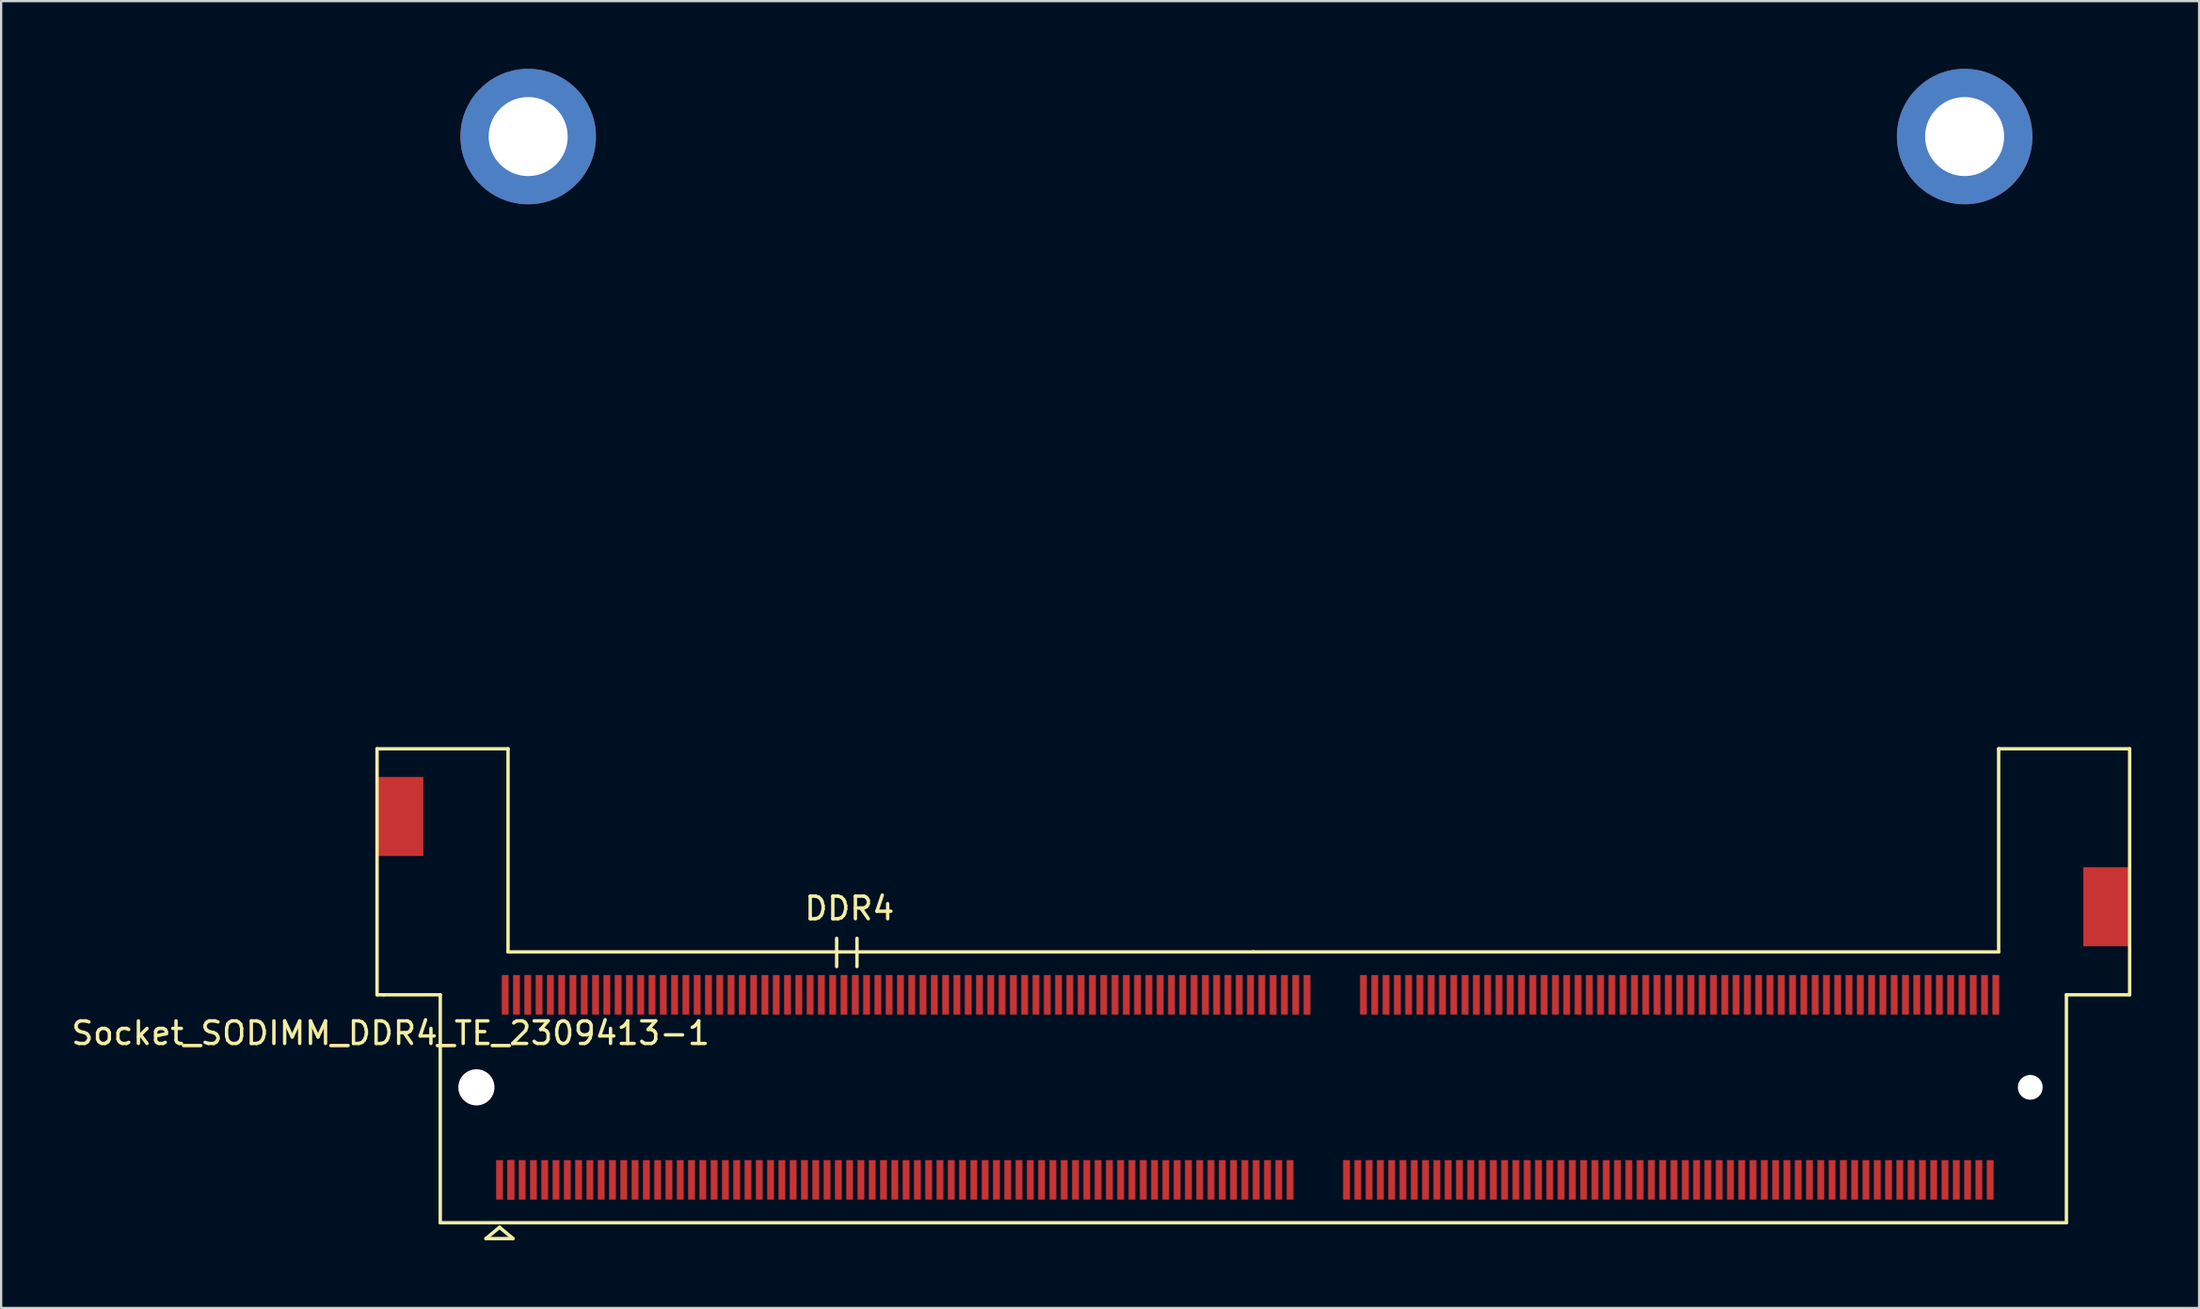
<source format=kicad_pcb>
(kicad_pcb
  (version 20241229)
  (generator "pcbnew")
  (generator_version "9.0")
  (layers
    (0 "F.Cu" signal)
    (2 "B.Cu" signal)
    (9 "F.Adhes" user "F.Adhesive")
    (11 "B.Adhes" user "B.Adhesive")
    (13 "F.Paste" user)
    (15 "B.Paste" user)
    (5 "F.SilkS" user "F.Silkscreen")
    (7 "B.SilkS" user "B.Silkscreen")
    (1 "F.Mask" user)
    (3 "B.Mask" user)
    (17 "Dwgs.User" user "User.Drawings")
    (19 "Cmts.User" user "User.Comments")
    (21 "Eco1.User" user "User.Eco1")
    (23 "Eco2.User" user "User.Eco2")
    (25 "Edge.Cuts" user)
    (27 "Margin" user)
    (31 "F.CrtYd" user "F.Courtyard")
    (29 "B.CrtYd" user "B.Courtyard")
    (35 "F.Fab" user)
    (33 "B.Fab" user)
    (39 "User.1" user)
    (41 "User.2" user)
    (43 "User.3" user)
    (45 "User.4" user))
  (footprint "Socket_SODIMM_DDR4_TE_2309413-1"
    (layer "F.Cu")
    (at 52.444 45.124)
    (property "Reference" "Socket_SODIMM_DDR4_TE_2309413-1" (at -38.2 -2.4 0) (layer "F.SilkS") (effects (font (size 1 1) (thickness 0.15))))
    (attr smd)
    (fp_line (start -38.8 -4.1) (end -38.8 -15) (stroke (width 0.15) (type solid)) (layer "F.SilkS"))
    (fp_line (start -38.5 -4.1) (end -38.8 -4.1) (stroke (width 0.15) (type solid)) (layer "F.SilkS"))
    (fp_line (start -36 -4.1) (end -38.5 -4.1) (stroke (width 0.15) (type solid)) (layer "F.SilkS"))
    (fp_line (start -36 -4.1) (end -36 6) (stroke (width 0.15) (type solid)) (layer "F.SilkS"))
    (fp_line (start -36 6) (end 36 6) (stroke (width 0.15) (type solid)) (layer "F.SilkS"))
    (fp_line (start -33.977 6.701) (end -33.377 6.201) (stroke (width 0.15) (type solid)) (layer "F.SilkS"))
    (fp_line (start -33.377 6.201) (end -32.777 6.701) (stroke (width 0.15) (type solid)) (layer "F.SilkS"))
    (fp_line (start -33 -15) (end -38.8 -15) (stroke (width 0.15) (type solid)) (layer "F.SilkS"))
    (fp_line (start -33 -6) (end -33 -15) (stroke (width 0.15) (type solid)) (layer "F.SilkS"))
    (fp_line (start -32.777 6.701) (end -33.977 6.701) (stroke (width 0.15) (type solid)) (layer "F.SilkS"))
    (fp_line (start -18.45 -5.35) (end -18.45 -6.6) (stroke (width 0.15) (type solid)) (layer "F.SilkS"))
    (fp_line (start -17.55 -5.35) (end -17.55 -6.6) (stroke (width 0.15) (type solid)) (layer "F.SilkS"))
    (fp_line (start 0 -6) (end -33 -6) (stroke (width 0.15) (type solid)) (layer "F.SilkS"))
    (fp_line (start 33 -15) (end 33 -6) (stroke (width 0.15) (type solid)) (layer "F.SilkS"))
    (fp_line (start 33 -6) (end 0 -6) (stroke (width 0.15) (type solid)) (layer "F.SilkS"))
    (fp_line (start 36 -4.1) (end 38.8 -4.1) (stroke (width 0.15) (type solid)) (layer "F.SilkS"))
    (fp_line (start 36 6) (end 36 -4.1) (stroke (width 0.15) (type solid)) (layer "F.SilkS"))
    (fp_line (start 38.8 -15) (end 33 -15) (stroke (width 0.15) (type solid)) (layer "F.SilkS"))
    (fp_line (start 38.8 -4.1) (end 38.8 -15) (stroke (width 0.15) (type solid)) (layer "F.SilkS"))
    (fp_text user "DDR4" (at -17.882 -7.925 0) (layer "F.SilkS") (effects (font (size 1 1) (thickness 0.15))))
    (pad "" smd rect (at -37.75 -12) (size 2 3.5) (layers "F.Cu" "F.Mask" "F.Paste"))
    (pad "" np_thru_hole circle (at -34.4 0) (size 1.6 1.6) (drill 1.6) (layers "*.Cu" "*.Mask"))
    (pad "" thru_hole circle (at -32.108 -42.124) (size 6 6) (drill 3.5) (layers "*.Cu" "*.Mask"))
    (pad "" thru_hole circle (at 31.494 -42.124) (size 6 6) (drill 3.5) (layers "*.Cu" "*.Mask"))
    (pad "" np_thru_hole circle (at 34.4 0) (size 1.1 1.1) (drill 1.1) (layers "*.Cu" "*.Mask"))
    (pad "" smd rect (at 37.75 -8) (size 2 3.5) (layers "F.Cu" "F.Mask" "F.Paste"))
    (pad "1" smd rect (at -33.375 4.1) (size 0.3 1.75) (layers "F.Cu" "F.Mask" "F.Paste"))
    (pad "2" smd rect (at -33.125 -4.1) (size 0.3 1.75) (layers "F.Cu" "F.Mask" "F.Paste"))
    (pad "3" smd rect (at -32.875 4.1) (size 0.3 1.75) (layers "F.Cu" "F.Mask" "F.Paste"))
    (pad "4" smd rect (at -32.625 -4.1) (size 0.3 1.75) (layers "F.Cu" "F.Mask" "F.Paste"))
    (pad "5" smd rect (at -32.875 4.1) (size 0.3 1.75) (layers "F.Cu" "F.Mask" "F.Paste"))
    (pad "6" smd rect (at -32.125 -4.1) (size 0.3 1.75) (layers "F.Cu" "F.Mask" "F.Paste"))
    (pad "7" smd rect (at -32.375 4.1) (size 0.3 1.75) (layers "F.Cu" "F.Mask" "F.Paste"))
    (pad "8" smd rect (at -31.625 -4.1) (size 0.3 1.75) (layers "F.Cu" "F.Mask" "F.Paste"))
    (pad "9" smd rect (at -31.875 4.1) (size 0.3 1.75) (layers "F.Cu" "F.Mask" "F.Paste"))
    (pad "10" smd rect (at -31.125 -4.1) (size 0.3 1.75) (layers "F.Cu" "F.Mask" "F.Paste"))
    (pad "11" smd rect (at -31.375 4.1) (size 0.3 1.75) (layers "F.Cu" "F.Mask" "F.Paste"))
    (pad "12" smd rect (at -30.625 -4.1) (size 0.3 1.75) (layers "F.Cu" "F.Mask" "F.Paste"))
    (pad "13" smd rect (at -30.875 4.1) (size 0.3 1.75) (layers "F.Cu" "F.Mask" "F.Paste"))
    (pad "14" smd rect (at -30.125 -4.1) (size 0.3 1.75) (layers "F.Cu" "F.Mask" "F.Paste"))
    (pad "15" smd rect (at -30.375 4.1) (size 0.3 1.75) (layers "F.Cu" "F.Mask" "F.Paste"))
    (pad "16" smd rect (at -29.625 -4.1) (size 0.3 1.75) (layers "F.Cu" "F.Mask" "F.Paste"))
    (pad "17" smd rect (at -29.875 4.1) (size 0.3 1.75) (layers "F.Cu" "F.Mask" "F.Paste"))
    (pad "18" smd rect (at -29.125 -4.1) (size 0.3 1.75) (layers "F.Cu" "F.Mask" "F.Paste"))
    (pad "19" smd rect (at -29.375 4.1) (size 0.3 1.75) (layers "F.Cu" "F.Mask" "F.Paste"))
    (pad "20" smd rect (at -28.625 -4.1) (size 0.3 1.75) (layers "F.Cu" "F.Mask" "F.Paste"))
    (pad "21" smd rect (at -28.875 4.1) (size 0.3 1.75) (layers "F.Cu" "F.Mask" "F.Paste"))
    (pad "22" smd rect (at -28.125 -4.1) (size 0.3 1.75) (layers "F.Cu" "F.Mask" "F.Paste"))
    (pad "23" smd rect (at -28.375 4.1) (size 0.3 1.75) (layers "F.Cu" "F.Mask" "F.Paste"))
    (pad "24" smd rect (at -27.625 -4.1) (size 0.3 1.75) (layers "F.Cu" "F.Mask" "F.Paste"))
    (pad "25" smd rect (at -27.875 4.1) (size 0.3 1.75) (layers "F.Cu" "F.Mask" "F.Paste"))
    (pad "26" smd rect (at -27.125 -4.1) (size 0.3 1.75) (layers "F.Cu" "F.Mask" "F.Paste"))
    (pad "27" smd rect (at -27.375 4.1) (size 0.3 1.75) (layers "F.Cu" "F.Mask" "F.Paste"))
    (pad "28" smd rect (at -26.625 -4.1) (size 0.3 1.75) (layers "F.Cu" "F.Mask" "F.Paste"))
    (pad "29" smd rect (at -26.875 4.1) (size 0.3 1.75) (layers "F.Cu" "F.Mask" "F.Paste"))
    (pad "30" smd rect (at -26.125 -4.1) (size 0.3 1.75) (layers "F.Cu" "F.Mask" "F.Paste"))
    (pad "31" smd rect (at -26.375 4.1) (size 0.3 1.75) (layers "F.Cu" "F.Mask" "F.Paste"))
    (pad "32" smd rect (at -25.625 -4.1) (size 0.3 1.75) (layers "F.Cu" "F.Mask" "F.Paste"))
    (pad "33" smd rect (at -25.875 4.1) (size 0.3 1.75) (layers "F.Cu" "F.Mask" "F.Paste"))
    (pad "34" smd rect (at -25.125 -4.1) (size 0.3 1.75) (layers "F.Cu" "F.Mask" "F.Paste"))
    (pad "35" smd rect (at -25.375 4.1) (size 0.3 1.75) (layers "F.Cu" "F.Mask" "F.Paste"))
    (pad "36" smd rect (at -24.625 -4.1) (size 0.3 1.75) (layers "F.Cu" "F.Mask" "F.Paste"))
    (pad "37" smd rect (at -24.875 4.1) (size 0.3 1.75) (layers "F.Cu" "F.Mask" "F.Paste"))
    (pad "38" smd rect (at -24.125 -4.1) (size 0.3 1.75) (layers "F.Cu" "F.Mask" "F.Paste"))
    (pad "39" smd rect (at -24.375 4.1) (size 0.3 1.75) (layers "F.Cu" "F.Mask" "F.Paste"))
    (pad "40" smd rect (at -23.625 -4.1) (size 0.3 1.75) (layers "F.Cu" "F.Mask" "F.Paste"))
    (pad "41" smd rect (at -23.875 4.1) (size 0.3 1.75) (layers "F.Cu" "F.Mask" "F.Paste"))
    (pad "42" smd rect (at -23.125 -4.1) (size 0.3 1.75) (layers "F.Cu" "F.Mask" "F.Paste"))
    (pad "43" smd rect (at -23.375 4.1) (size 0.3 1.75) (layers "F.Cu" "F.Mask" "F.Paste"))
    (pad "44" smd rect (at -22.625 -4.1) (size 0.3 1.75) (layers "F.Cu" "F.Mask" "F.Paste"))
    (pad "45" smd rect (at -22.875 4.1) (size 0.3 1.75) (layers "F.Cu" "F.Mask" "F.Paste"))
    (pad "46" smd rect (at -22.125 -4.1) (size 0.3 1.75) (layers "F.Cu" "F.Mask" "F.Paste"))
    (pad "47" smd rect (at -22.375 4.1) (size 0.3 1.75) (layers "F.Cu" "F.Mask" "F.Paste"))
    (pad "48" smd rect (at -21.625 -4.1) (size 0.3 1.75) (layers "F.Cu" "F.Mask" "F.Paste"))
    (pad "49" smd rect (at -21.875 4.1) (size 0.3 1.75) (layers "F.Cu" "F.Mask" "F.Paste"))
    (pad "50" smd rect (at -21.125 -4.1) (size 0.3 1.75) (layers "F.Cu" "F.Mask" "F.Paste"))
    (pad "51" smd rect (at -21.375 4.1) (size 0.3 1.75) (layers "F.Cu" "F.Mask" "F.Paste"))
    (pad "52" smd rect (at -20.625 -4.1) (size 0.3 1.75) (layers "F.Cu" "F.Mask" "F.Paste"))
    (pad "53" smd rect (at -20.875 4.1) (size 0.3 1.75) (layers "F.Cu" "F.Mask" "F.Paste"))
    (pad "54" smd rect (at -20.125 -4.1) (size 0.3 1.75) (layers "F.Cu" "F.Mask" "F.Paste"))
    (pad "55" smd rect (at -20.375 4.1) (size 0.3 1.75) (layers "F.Cu" "F.Mask" "F.Paste"))
    (pad "56" smd rect (at -19.625 -4.1) (size 0.3 1.75) (layers "F.Cu" "F.Mask" "F.Paste"))
    (pad "57" smd rect (at -19.875 4.1) (size 0.3 1.75) (layers "F.Cu" "F.Mask" "F.Paste"))
    (pad "58" smd rect (at -19.125 -4.1) (size 0.3 1.75) (layers "F.Cu" "F.Mask" "F.Paste"))
    (pad "59" smd rect (at -19.375 4.1) (size 0.3 1.75) (layers "F.Cu" "F.Mask" "F.Paste"))
    (pad "60" smd rect (at -18.625 -4.1) (size 0.3 1.75) (layers "F.Cu" "F.Mask" "F.Paste"))
    (pad "61" smd rect (at -18.875 4.1) (size 0.3 1.75) (layers "F.Cu" "F.Mask" "F.Paste"))
    (pad "62" smd rect (at -18.125 -4.1) (size 0.3 1.75) (layers "F.Cu" "F.Mask" "F.Paste"))
    (pad "63" smd rect (at -18.375 4.1) (size 0.3 1.75) (layers "F.Cu" "F.Mask" "F.Paste"))
    (pad "64" smd rect (at -17.625 -4.1) (size 0.3 1.75) (layers "F.Cu" "F.Mask" "F.Paste"))
    (pad "65" smd rect (at -17.875 4.1) (size 0.3 1.75) (layers "F.Cu" "F.Mask" "F.Paste"))
    (pad "66" smd rect (at -17.125 -4.1) (size 0.3 1.75) (layers "F.Cu" "F.Mask" "F.Paste"))
    (pad "67" smd rect (at -17.375 4.1) (size 0.3 1.75) (layers "F.Cu" "F.Mask" "F.Paste"))
    (pad "68" smd rect (at -16.625 -4.1) (size 0.3 1.75) (layers "F.Cu" "F.Mask" "F.Paste"))
    (pad "69" smd rect (at -16.875 4.1) (size 0.3 1.75) (layers "F.Cu" "F.Mask" "F.Paste"))
    (pad "70" smd rect (at -16.125 -4.1) (size 0.3 1.75) (layers "F.Cu" "F.Mask" "F.Paste"))
    (pad "71" smd rect (at -16.375 4.1) (size 0.3 1.75) (layers "F.Cu" "F.Mask" "F.Paste"))
    (pad "72" smd rect (at -15.625 -4.1) (size 0.3 1.75) (layers "F.Cu" "F.Mask" "F.Paste"))
    (pad "73" smd rect (at -15.875 4.1) (size 0.3 1.75) (layers "F.Cu" "F.Mask" "F.Paste"))
    (pad "74" smd rect (at -15.125 -4.1) (size 0.3 1.75) (layers "F.Cu" "F.Mask" "F.Paste"))
    (pad "75" smd rect (at -15.375 4.1) (size 0.3 1.75) (layers "F.Cu" "F.Mask" "F.Paste"))
    (pad "76" smd rect (at -14.625 -4.1) (size 0.3 1.75) (layers "F.Cu" "F.Mask" "F.Paste"))
    (pad "77" smd rect (at -14.875 4.1) (size 0.3 1.75) (layers "F.Cu" "F.Mask" "F.Paste"))
    (pad "78" smd rect (at -14.125 -4.1) (size 0.3 1.75) (layers "F.Cu" "F.Mask" "F.Paste"))
    (pad "79" smd rect (at -14.375 4.1) (size 0.3 1.75) (layers "F.Cu" "F.Mask" "F.Paste"))
    (pad "80" smd rect (at -13.625 -4.1) (size 0.3 1.75) (layers "F.Cu" "F.Mask" "F.Paste"))
    (pad "81" smd rect (at -13.875 4.1) (size 0.3 1.75) (layers "F.Cu" "F.Mask" "F.Paste"))
    (pad "82" smd rect (at -13.125 -4.1) (size 0.3 1.75) (layers "F.Cu" "F.Mask" "F.Paste"))
    (pad "83" smd rect (at -13.375 4.1) (size 0.3 1.75) (layers "F.Cu" "F.Mask" "F.Paste"))
    (pad "84" smd rect (at -12.625 -4.1) (size 0.3 1.75) (layers "F.Cu" "F.Mask" "F.Paste"))
    (pad "85" smd rect (at -12.875 4.1) (size 0.3 1.75) (layers "F.Cu" "F.Mask" "F.Paste"))
    (pad "86" smd rect (at -12.125 -4.1) (size 0.3 1.75) (layers "F.Cu" "F.Mask" "F.Paste"))
    (pad "87" smd rect (at -12.375 4.1) (size 0.3 1.75) (layers "F.Cu" "F.Mask" "F.Paste"))
    (pad "88" smd rect (at -11.625 -4.1) (size 0.3 1.75) (layers "F.Cu" "F.Mask" "F.Paste"))
    (pad "89" smd rect (at -11.875 4.1) (size 0.3 1.75) (layers "F.Cu" "F.Mask" "F.Paste"))
    (pad "90" smd rect (at -11.125 -4.1) (size 0.3 1.75) (layers "F.Cu" "F.Mask" "F.Paste"))
    (pad "91" smd rect (at -11.375 4.1) (size 0.3 1.75) (layers "F.Cu" "F.Mask" "F.Paste"))
    (pad "92" smd rect (at -10.625 -4.1) (size 0.3 1.75) (layers "F.Cu" "F.Mask" "F.Paste"))
    (pad "93" smd rect (at -10.875 4.1) (size 0.3 1.75) (layers "F.Cu" "F.Mask" "F.Paste"))
    (pad "94" smd rect (at -10.125 -4.1) (size 0.3 1.75) (layers "F.Cu" "F.Mask" "F.Paste"))
    (pad "95" smd rect (at -10.375 4.1) (size 0.3 1.75) (layers "F.Cu" "F.Mask" "F.Paste"))
    (pad "96" smd rect (at -9.625 -4.1) (size 0.3 1.75) (layers "F.Cu" "F.Mask" "F.Paste"))
    (pad "97" smd rect (at -9.875 4.1) (size 0.3 1.75) (layers "F.Cu" "F.Mask" "F.Paste"))
    (pad "98" smd rect (at -9.125 -4.1) (size 0.3 1.75) (layers "F.Cu" "F.Mask" "F.Paste"))
    (pad "99" smd rect (at -9.375 4.1) (size 0.3 1.75) (layers "F.Cu" "F.Mask" "F.Paste"))
    (pad "100" smd rect (at -8.625 -4.1) (size 0.3 1.75) (layers "F.Cu" "F.Mask" "F.Paste"))
    (pad "101" smd rect (at -8.875 4.1) (size 0.3 1.75) (layers "F.Cu" "F.Mask" "F.Paste"))
    (pad "102" smd rect (at -8.125 -4.1) (size 0.3 1.75) (layers "F.Cu" "F.Mask" "F.Paste"))
    (pad "103" smd rect (at -8.375 4.1) (size 0.3 1.75) (layers "F.Cu" "F.Mask" "F.Paste"))
    (pad "104" smd rect (at -7.625 -4.1) (size 0.3 1.75) (layers "F.Cu" "F.Mask" "F.Paste"))
    (pad "105" smd rect (at -7.875 4.1) (size 0.3 1.75) (layers "F.Cu" "F.Mask" "F.Paste"))
    (pad "106" smd rect (at -7.125 -4.1) (size 0.3 1.75) (layers "F.Cu" "F.Mask" "F.Paste"))
    (pad "107" smd rect (at -7.375 4.1) (size 0.3 1.75) (layers "F.Cu" "F.Mask" "F.Paste"))
    (pad "108" smd rect (at -6.625 -4.1) (size 0.3 1.75) (layers "F.Cu" "F.Mask" "F.Paste"))
    (pad "109" smd rect (at -6.875 4.1) (size 0.3 1.75) (layers "F.Cu" "F.Mask" "F.Paste"))
    (pad "110" smd rect (at -6.125 -4.1) (size 0.3 1.75) (layers "F.Cu" "F.Mask" "F.Paste"))
    (pad "111" smd rect (at -6.375 4.1) (size 0.3 1.75) (layers "F.Cu" "F.Mask" "F.Paste"))
    (pad "112" smd rect (at -5.625 -4.1) (size 0.3 1.75) (layers "F.Cu" "F.Mask" "F.Paste"))
    (pad "113" smd rect (at -5.875 4.1) (size 0.3 1.75) (layers "F.Cu" "F.Mask" "F.Paste"))
    (pad "114" smd rect (at -5.125 -4.1) (size 0.3 1.75) (layers "F.Cu" "F.Mask" "F.Paste"))
    (pad "115" smd rect (at -5.375 4.1) (size 0.3 1.75) (layers "F.Cu" "F.Mask" "F.Paste"))
    (pad "116" smd rect (at -4.625 -4.1) (size 0.3 1.75) (layers "F.Cu" "F.Mask" "F.Paste"))
    (pad "117" smd rect (at -4.875 4.1) (size 0.3 1.75) (layers "F.Cu" "F.Mask" "F.Paste"))
    (pad "118" smd rect (at -4.125 -4.1) (size 0.3 1.75) (layers "F.Cu" "F.Mask" "F.Paste"))
    (pad "119" smd rect (at -4.375 4.1) (size 0.3 1.75) (layers "F.Cu" "F.Mask" "F.Paste"))
    (pad "120" smd rect (at -3.625 -4.1) (size 0.3 1.75) (layers "F.Cu" "F.Mask" "F.Paste"))
    (pad "121" smd rect (at -3.875 4.1) (size 0.3 1.75) (layers "F.Cu" "F.Mask" "F.Paste"))
    (pad "122" smd rect (at -3.125 -4.1) (size 0.3 1.75) (layers "F.Cu" "F.Mask" "F.Paste"))
    (pad "123" smd rect (at -3.375 4.1) (size 0.3 1.75) (layers "F.Cu" "F.Mask" "F.Paste"))
    (pad "124" smd rect (at -2.625 -4.1) (size 0.3 1.75) (layers "F.Cu" "F.Mask" "F.Paste"))
    (pad "125" smd rect (at -2.875 4.1) (size 0.3 1.75) (layers "F.Cu" "F.Mask" "F.Paste"))
    (pad "126" smd rect (at -2.125 -4.1) (size 0.3 1.75) (layers "F.Cu" "F.Mask" "F.Paste"))
    (pad "127" smd rect (at -2.375 4.1) (size 0.3 1.75) (layers "F.Cu" "F.Mask" "F.Paste"))
    (pad "128" smd rect (at -1.625 -4.1) (size 0.3 1.75) (layers "F.Cu" "F.Mask" "F.Paste"))
    (pad "129" smd rect (at -1.875 4.1) (size 0.3 1.75) (layers "F.Cu" "F.Mask" "F.Paste"))
    (pad "130" smd rect (at -1.125 -4.1) (size 0.3 1.75) (layers "F.Cu" "F.Mask" "F.Paste"))
    (pad "131" smd rect (at -1.375 4.1) (size 0.3 1.75) (layers "F.Cu" "F.Mask" "F.Paste"))
    (pad "132" smd rect (at -0.625 -4.1) (size 0.3 1.75) (layers "F.Cu" "F.Mask" "F.Paste"))
    (pad "133" smd rect (at -0.875 4.1) (size 0.3 1.75) (layers "F.Cu" "F.Mask" "F.Paste"))
    (pad "134" smd rect (at -0.125 -4.1) (size 0.3 1.75) (layers "F.Cu" "F.Mask" "F.Paste"))
    (pad "135" smd rect (at -0.375 4.1) (size 0.3 1.75) (layers "F.Cu" "F.Mask" "F.Paste"))
    (pad "136" smd rect (at 0.375 -4.1) (size 0.3 1.75) (layers "F.Cu" "F.Mask" "F.Paste"))
    (pad "137" smd rect (at 0.125 4.1) (size 0.3 1.75) (layers "F.Cu" "F.Mask" "F.Paste"))
    (pad "138" smd rect (at 0.875 -4.1) (size 0.3 1.75) (layers "F.Cu" "F.Mask" "F.Paste"))
    (pad "139" smd rect (at 0.625 4.1) (size 0.3 1.75) (layers "F.Cu" "F.Mask" "F.Paste"))
    (pad "140" smd rect (at 1.375 -4.1) (size 0.3 1.75) (layers "F.Cu" "F.Mask" "F.Paste"))
    (pad "141" smd rect (at 1.125 4.1) (size 0.3 1.75) (layers "F.Cu" "F.Mask" "F.Paste"))
    (pad "142" smd rect (at 1.875 -4.1) (size 0.3 1.75) (layers "F.Cu" "F.Mask" "F.Paste"))
    (pad "143" smd rect (at 1.625 4.1) (size 0.3 1.75) (layers "F.Cu" "F.Mask" "F.Paste"))
    (pad "144" smd rect (at 2.375 -4.1) (size 0.3 1.75) (layers "F.Cu" "F.Mask" "F.Paste"))
    (pad "145" smd rect (at 4.125 4.1) (size 0.3 1.75) (layers "F.Cu" "F.Mask" "F.Paste"))
    (pad "146" smd rect (at 4.875 -4.1) (size 0.3 1.75) (layers "F.Cu" "F.Mask" "F.Paste"))
    (pad "147" smd rect (at 4.625 4.1) (size 0.3 1.75) (layers "F.Cu" "F.Mask" "F.Paste"))
    (pad "148" smd rect (at 5.375 -4.1) (size 0.3 1.75) (layers "F.Cu" "F.Mask" "F.Paste"))
    (pad "149" smd rect (at 5.125 4.1) (size 0.3 1.75) (layers "F.Cu" "F.Mask" "F.Paste"))
    (pad "150" smd rect (at 5.875 -4.1) (size 0.3 1.75) (layers "F.Cu" "F.Mask" "F.Paste"))
    (pad "151" smd rect (at 5.625 4.1) (size 0.3 1.75) (layers "F.Cu" "F.Mask" "F.Paste"))
    (pad "152" smd rect (at 6.375 -4.1) (size 0.3 1.75) (layers "F.Cu" "F.Mask" "F.Paste"))
    (pad "153" smd rect (at 6.125 4.1) (size 0.3 1.75) (layers "F.Cu" "F.Mask" "F.Paste"))
    (pad "154" smd rect (at 6.875 -4.1) (size 0.3 1.75) (layers "F.Cu" "F.Mask" "F.Paste"))
    (pad "155" smd rect (at 6.625 4.1) (size 0.3 1.75) (layers "F.Cu" "F.Mask" "F.Paste"))
    (pad "156" smd rect (at 7.375 -4.1) (size 0.3 1.75) (layers "F.Cu" "F.Mask" "F.Paste"))
    (pad "157" smd rect (at 7.125 4.1) (size 0.3 1.75) (layers "F.Cu" "F.Mask" "F.Paste"))
    (pad "158" smd rect (at 7.875 -4.1) (size 0.3 1.75) (layers "F.Cu" "F.Mask" "F.Paste"))
    (pad "159" smd rect (at 7.625 4.1) (size 0.3 1.75) (layers "F.Cu" "F.Mask" "F.Paste"))
    (pad "160" smd rect (at 8.375 -4.1) (size 0.3 1.75) (layers "F.Cu" "F.Mask" "F.Paste"))
    (pad "161" smd rect (at 8.125 4.1) (size 0.3 1.75) (layers "F.Cu" "F.Mask" "F.Paste"))
    (pad "162" smd rect (at 8.875 -4.1) (size 0.3 1.75) (layers "F.Cu" "F.Mask" "F.Paste"))
    (pad "163" smd rect (at 8.625 4.1) (size 0.3 1.75) (layers "F.Cu" "F.Mask" "F.Paste"))
    (pad "164" smd rect (at 9.375 -4.1) (size 0.3 1.75) (layers "F.Cu" "F.Mask" "F.Paste"))
    (pad "165" smd rect (at 9.125 4.1) (size 0.3 1.75) (layers "F.Cu" "F.Mask" "F.Paste"))
    (pad "166" smd rect (at 9.875 -4.1) (size 0.3 1.75) (layers "F.Cu" "F.Mask" "F.Paste"))
    (pad "167" smd rect (at 9.625 4.1) (size 0.3 1.75) (layers "F.Cu" "F.Mask" "F.Paste"))
    (pad "168" smd rect (at 10.375 -4.1) (size 0.3 1.75) (layers "F.Cu" "F.Mask" "F.Paste"))
    (pad "169" smd rect (at 10.125 4.1) (size 0.3 1.75) (layers "F.Cu" "F.Mask" "F.Paste"))
    (pad "170" smd rect (at 10.875 -4.1) (size 0.3 1.75) (layers "F.Cu" "F.Mask" "F.Paste"))
    (pad "171" smd rect (at 10.625 4.1) (size 0.3 1.75) (layers "F.Cu" "F.Mask" "F.Paste"))
    (pad "172" smd rect (at 11.375 -4.1) (size 0.3 1.75) (layers "F.Cu" "F.Mask" "F.Paste"))
    (pad "173" smd rect (at 11.125 4.1) (size 0.3 1.75) (layers "F.Cu" "F.Mask" "F.Paste"))
    (pad "174" smd rect (at 11.875 -4.1) (size 0.3 1.75) (layers "F.Cu" "F.Mask" "F.Paste"))
    (pad "175" smd rect (at 11.625 4.1) (size 0.3 1.75) (layers "F.Cu" "F.Mask" "F.Paste"))
    (pad "176" smd rect (at 12.375 -4.1) (size 0.3 1.75) (layers "F.Cu" "F.Mask" "F.Paste"))
    (pad "177" smd rect (at 12.125 4.1) (size 0.3 1.75) (layers "F.Cu" "F.Mask" "F.Paste"))
    (pad "178" smd rect (at 12.875 -4.1) (size 0.3 1.75) (layers "F.Cu" "F.Mask" "F.Paste"))
    (pad "179" smd rect (at 12.625 4.1) (size 0.3 1.75) (layers "F.Cu" "F.Mask" "F.Paste"))
    (pad "180" smd rect (at 13.375 -4.1) (size 0.3 1.75) (layers "F.Cu" "F.Mask" "F.Paste"))
    (pad "181" smd rect (at 13.125 4.1) (size 0.3 1.75) (layers "F.Cu" "F.Mask" "F.Paste"))
    (pad "182" smd rect (at 13.875 -4.1) (size 0.3 1.75) (layers "F.Cu" "F.Mask" "F.Paste"))
    (pad "183" smd rect (at 13.625 4.1) (size 0.3 1.75) (layers "F.Cu" "F.Mask" "F.Paste"))
    (pad "184" smd rect (at 14.375 -4.1) (size 0.3 1.75) (layers "F.Cu" "F.Mask" "F.Paste"))
    (pad "185" smd rect (at 14.125 4.1) (size 0.3 1.75) (layers "F.Cu" "F.Mask" "F.Paste"))
    (pad "186" smd rect (at 14.875 -4.1) (size 0.3 1.75) (layers "F.Cu" "F.Mask" "F.Paste"))
    (pad "187" smd rect (at 14.625 4.1) (size 0.3 1.75) (layers "F.Cu" "F.Mask" "F.Paste"))
    (pad "188" smd rect (at 15.375 -4.1) (size 0.3 1.75) (layers "F.Cu" "F.Mask" "F.Paste"))
    (pad "189" smd rect (at 15.125 4.1) (size 0.3 1.75) (layers "F.Cu" "F.Mask" "F.Paste"))
    (pad "190" smd rect (at 15.875 -4.1) (size 0.3 1.75) (layers "F.Cu" "F.Mask" "F.Paste"))
    (pad "191" smd rect (at 15.625 4.1) (size 0.3 1.75) (layers "F.Cu" "F.Mask" "F.Paste"))
    (pad "192" smd rect (at 16.375 -4.1) (size 0.3 1.75) (layers "F.Cu" "F.Mask" "F.Paste"))
    (pad "193" smd rect (at 16.125 4.1) (size 0.3 1.75) (layers "F.Cu" "F.Mask" "F.Paste"))
    (pad "194" smd rect (at 16.875 -4.1) (size 0.3 1.75) (layers "F.Cu" "F.Mask" "F.Paste"))
    (pad "195" smd rect (at 16.625 4.1) (size 0.3 1.75) (layers "F.Cu" "F.Mask" "F.Paste"))
    (pad "196" smd rect (at 17.375 -4.1) (size 0.3 1.75) (layers "F.Cu" "F.Mask" "F.Paste"))
    (pad "197" smd rect (at 17.125 4.1) (size 0.3 1.75) (layers "F.Cu" "F.Mask" "F.Paste"))
    (pad "198" smd rect (at 17.875 -4.1) (size 0.3 1.75) (layers "F.Cu" "F.Mask" "F.Paste"))
    (pad "199" smd rect (at 17.625 4.1) (size 0.3 1.75) (layers "F.Cu" "F.Mask" "F.Paste"))
    (pad "200" smd rect (at 18.375 -4.1) (size 0.3 1.75) (layers "F.Cu" "F.Mask" "F.Paste"))
    (pad "201" smd rect (at 18.125 4.1) (size 0.3 1.75) (layers "F.Cu" "F.Mask" "F.Paste"))
    (pad "202" smd rect (at 18.875 -4.1) (size 0.3 1.75) (layers "F.Cu" "F.Mask" "F.Paste"))
    (pad "203" smd rect (at 18.625 4.1) (size 0.3 1.75) (layers "F.Cu" "F.Mask" "F.Paste"))
    (pad "204" smd rect (at 19.375 -4.1) (size 0.3 1.75) (layers "F.Cu" "F.Mask" "F.Paste"))
    (pad "205" smd rect (at 19.125 4.1) (size 0.3 1.75) (layers "F.Cu" "F.Mask" "F.Paste"))
    (pad "206" smd rect (at 19.875 -4.1) (size 0.3 1.75) (layers "F.Cu" "F.Mask" "F.Paste"))
    (pad "207" smd rect (at 19.625 4.1) (size 0.3 1.75) (layers "F.Cu" "F.Mask" "F.Paste"))
    (pad "208" smd rect (at 20.375 -4.1) (size 0.3 1.75) (layers "F.Cu" "F.Mask" "F.Paste"))
    (pad "209" smd rect (at 20.125 4.1) (size 0.3 1.75) (layers "F.Cu" "F.Mask" "F.Paste"))
    (pad "210" smd rect (at 20.875 -4.1) (size 0.3 1.75) (layers "F.Cu" "F.Mask" "F.Paste"))
    (pad "211" smd rect (at 20.625 4.1) (size 0.3 1.75) (layers "F.Cu" "F.Mask" "F.Paste"))
    (pad "212" smd rect (at 21.375 -4.1) (size 0.3 1.75) (layers "F.Cu" "F.Mask" "F.Paste"))
    (pad "213" smd rect (at 21.125 4.1) (size 0.3 1.75) (layers "F.Cu" "F.Mask" "F.Paste"))
    (pad "214" smd rect (at 21.875 -4.1) (size 0.3 1.75) (layers "F.Cu" "F.Mask" "F.Paste"))
    (pad "215" smd rect (at 21.625 4.1) (size 0.3 1.75) (layers "F.Cu" "F.Mask" "F.Paste"))
    (pad "216" smd rect (at 22.375 -4.1) (size 0.3 1.75) (layers "F.Cu" "F.Mask" "F.Paste"))
    (pad "217" smd rect (at 22.125 4.1) (size 0.3 1.75) (layers "F.Cu" "F.Mask" "F.Paste"))
    (pad "218" smd rect (at 22.875 -4.1) (size 0.3 1.75) (layers "F.Cu" "F.Mask" "F.Paste"))
    (pad "219" smd rect (at 22.625 4.1) (size 0.3 1.75) (layers "F.Cu" "F.Mask" "F.Paste"))
    (pad "220" smd rect (at 23.375 -4.1) (size 0.3 1.75) (layers "F.Cu" "F.Mask" "F.Paste"))
    (pad "221" smd rect (at 23.125 4.1) (size 0.3 1.75) (layers "F.Cu" "F.Mask" "F.Paste"))
    (pad "222" smd rect (at 23.875 -4.1) (size 0.3 1.75) (layers "F.Cu" "F.Mask" "F.Paste"))
    (pad "223" smd rect (at 23.625 4.1) (size 0.3 1.75) (layers "F.Cu" "F.Mask" "F.Paste"))
    (pad "224" smd rect (at 24.375 -4.1) (size 0.3 1.75) (layers "F.Cu" "F.Mask" "F.Paste"))
    (pad "225" smd rect (at 24.125 4.1) (size 0.3 1.75) (layers "F.Cu" "F.Mask" "F.Paste"))
    (pad "226" smd rect (at 24.875 -4.1) (size 0.3 1.75) (layers "F.Cu" "F.Mask" "F.Paste"))
    (pad "227" smd rect (at 24.625 4.1) (size 0.3 1.75) (layers "F.Cu" "F.Mask" "F.Paste"))
    (pad "228" smd rect (at 25.375 -4.1) (size 0.3 1.75) (layers "F.Cu" "F.Mask" "F.Paste"))
    (pad "229" smd rect (at 25.125 4.1) (size 0.3 1.75) (layers "F.Cu" "F.Mask" "F.Paste"))
    (pad "230" smd rect (at 25.875 -4.1) (size 0.3 1.75) (layers "F.Cu" "F.Mask" "F.Paste"))
    (pad "231" smd rect (at 25.625 4.1) (size 0.3 1.75) (layers "F.Cu" "F.Mask" "F.Paste"))
    (pad "232" smd rect (at 26.375 -4.1) (size 0.3 1.75) (layers "F.Cu" "F.Mask" "F.Paste"))
    (pad "233" smd rect (at 26.125 4.1) (size 0.3 1.75) (layers "F.Cu" "F.Mask" "F.Paste"))
    (pad "234" smd rect (at 26.875 -4.1) (size 0.3 1.75) (layers "F.Cu" "F.Mask" "F.Paste"))
    (pad "235" smd rect (at 26.625 4.1) (size 0.3 1.75) (layers "F.Cu" "F.Mask" "F.Paste"))
    (pad "236" smd rect (at 27.375 -4.1) (size 0.3 1.75) (layers "F.Cu" "F.Mask" "F.Paste"))
    (pad "237" smd rect (at 27.125 4.1) (size 0.3 1.75) (layers "F.Cu" "F.Mask" "F.Paste"))
    (pad "239" smd rect (at 27.625 4.1) (size 0.3 1.75) (layers "F.Cu" "F.Mask" "F.Paste"))
    (pad "240" smd rect (at 27.875 -4.1) (size 0.3 1.75) (layers "F.Cu" "F.Mask" "F.Paste"))
    (pad "241" smd rect (at 28.125 4.1) (size 0.3 1.75) (layers "F.Cu" "F.Mask" "F.Paste"))
    (pad "242" smd rect (at 28.375 -4.1) (size 0.3 1.75) (layers "F.Cu" "F.Mask" "F.Paste"))
    (pad "243" smd rect (at 28.625 4.1) (size 0.3 1.75) (layers "F.Cu" "F.Mask" "F.Paste"))
    (pad "244" smd rect (at 28.875 -4.1) (size 0.3 1.75) (layers "F.Cu" "F.Mask" "F.Paste"))
    (pad "245" smd rect (at 29.125 4.1) (size 0.3 1.75) (layers "F.Cu" "F.Mask" "F.Paste"))
    (pad "246" smd rect (at 29.375 -4.1) (size 0.3 1.75) (layers "F.Cu" "F.Mask" "F.Paste"))
    (pad "247" smd rect (at 29.625 4.1) (size 0.3 1.75) (layers "F.Cu" "F.Mask" "F.Paste"))
    (pad "248" smd rect (at 29.875 -4.1) (size 0.3 1.75) (layers "F.Cu" "F.Mask" "F.Paste"))
    (pad "249" smd rect (at 30.125 4.1) (size 0.3 1.75) (layers "F.Cu" "F.Mask" "F.Paste"))
    (pad "250" smd rect (at 30.375 -4.1) (size 0.3 1.75) (layers "F.Cu" "F.Mask" "F.Paste"))
    (pad "251" smd rect (at 30.625 4.1) (size 0.3 1.75) (layers "F.Cu" "F.Mask" "F.Paste"))
    (pad "252" smd rect (at 30.875 -4.1) (size 0.3 1.75) (layers "F.Cu" "F.Mask" "F.Paste"))
    (pad "253" smd rect (at 31.125 4.1) (size 0.3 1.75) (layers "F.Cu" "F.Mask" "F.Paste"))
    (pad "254" smd rect (at 31.375 -4.1) (size 0.3 1.75) (layers "F.Cu" "F.Mask" "F.Paste"))
    (pad "255" smd rect (at 31.625 4.1) (size 0.3 1.75) (layers "F.Cu" "F.Mask" "F.Paste"))
    (pad "256" smd rect (at 31.875 -4.1) (size 0.3 1.75) (layers "F.Cu" "F.Mask" "F.Paste"))
    (pad "257" smd rect (at 32.125 4.1) (size 0.3 1.75) (layers "F.Cu" "F.Mask" "F.Paste"))
    (pad "258" smd rect (at 32.375 -4.1) (size 0.3 1.75) (layers "F.Cu" "F.Mask" "F.Paste"))
    (pad "259" smd rect (at 32.625 4.1) (size 0.3 1.75) (layers "F.Cu" "F.Mask" "F.Paste"))
    (pad "260" smd rect (at 32.875 -4.1) (size 0.3 1.75) (layers "F.Cu" "F.Mask" "F.Paste")))
  (gr_rect
    (start -3 -3)
    (end 94.319 54.9)
    (stroke (width 0.1) (type default))
    (fill no)
    (layer "Edge.Cuts")))
</source>
